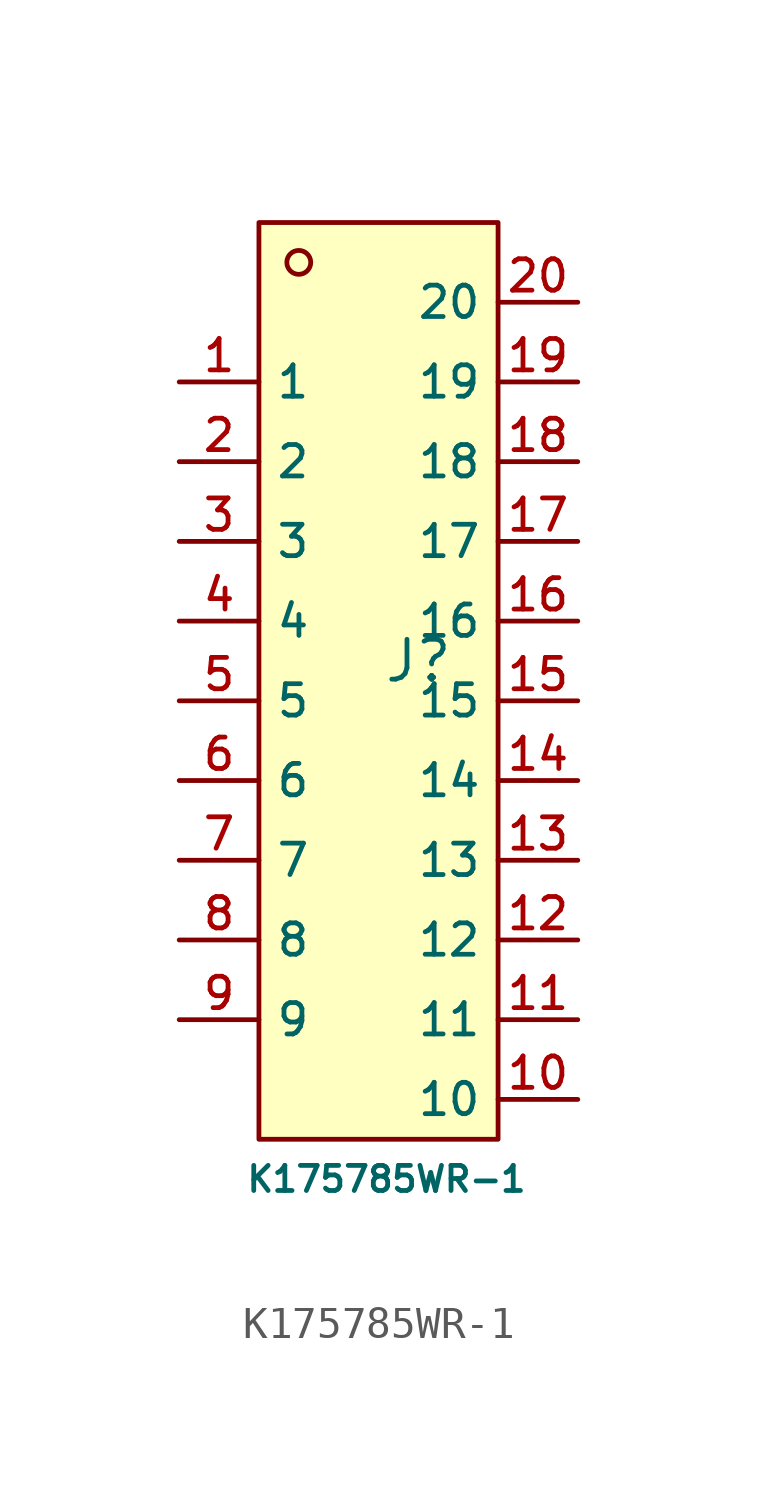
<source format=kicad_sym>
(kicad_symbol_lib
  (version 20231120)
  (generator "CDFER_Archive_Tool")
  (generator_version "0.0")
  (symbol "K175785WR-1"
    (property "Reference" "J"
      (at 0 1.27 0)
      (effects (font (size 1.27 1.27))))
    (property "Value" "K175785WR-1"
      (at -1.016 -15.24 0)
      (effects (font (size 0.8 0.8))))
    (symbol "K175785WR-1_0_1"
      (rectangle (start -5.08 15.24) (end 2.54 -13.97) (stroke (width 0) (type default)) (fill (type background)))
      (circle (center -3.81 13.97) (radius 0.381) (stroke (width 0) (type default)) (fill (type background)))
      (pin unspecified line (at -7.62 10.16 0) (length 2.54) (name "1" (effects (font (size 1 1)))) (number "1" (effects (font (size 1 1)))))
      (pin unspecified line (at 5.08 -12.7 180) (length 2.54) (name "10" (effects (font (size 1 1)))) (number "10" (effects (font (size 1 1)))))
      (pin unspecified line (at 5.08 -10.16 180) (length 2.54) (name "11" (effects (font (size 1 1)))) (number "11" (effects (font (size 1 1)))))
      (pin unspecified line (at 5.08 -7.62 180) (length 2.54) (name "12" (effects (font (size 1 1)))) (number "12" (effects (font (size 1 1)))))
      (pin unspecified line (at 5.08 -5.08 180) (length 2.54) (name "13" (effects (font (size 1 1)))) (number "13" (effects (font (size 1 1)))))
      (pin unspecified line (at 5.08 -2.54 180) (length 2.54) (name "14" (effects (font (size 1 1)))) (number "14" (effects (font (size 1 1)))))
      (pin unspecified line (at 5.08 0 180) (length 2.54) (name "15" (effects (font (size 1 1)))) (number "15" (effects (font (size 1 1)))))
      (pin unspecified line (at 5.08 2.54 180) (length 2.54) (name "16" (effects (font (size 1 1)))) (number "16" (effects (font (size 1 1)))))
      (pin unspecified line (at 5.08 5.08 180) (length 2.54) (name "17" (effects (font (size 1 1)))) (number "17" (effects (font (size 1 1)))))
      (pin unspecified line (at 5.08 7.62 180) (length 2.54) (name "18" (effects (font (size 1 1)))) (number "18" (effects (font (size 1 1)))))
      (pin unspecified line (at 5.08 10.16 180) (length 2.54) (name "19" (effects (font (size 1 1)))) (number "19" (effects (font (size 1 1)))))
      (pin unspecified line (at -7.62 7.62 0) (length 2.54) (name "2" (effects (font (size 1 1)))) (number "2" (effects (font (size 1 1)))))
      (pin unspecified line (at 5.08 12.7 180) (length 2.54) (name "20" (effects (font (size 1 1)))) (number "20" (effects (font (size 1 1)))))
      (pin unspecified line (at -7.62 5.08 0) (length 2.54) (name "3" (effects (font (size 1 1)))) (number "3" (effects (font (size 1 1)))))
      (pin unspecified line (at -7.62 2.54 0) (length 2.54) (name "4" (effects (font (size 1 1)))) (number "4" (effects (font (size 1 1)))))
      (pin unspecified line (at -7.62 0 0) (length 2.54) (name "5" (effects (font (size 1 1)))) (number "5" (effects (font (size 1 1)))))
      (pin unspecified line (at -7.62 -2.54 0) (length 2.54) (name "6" (effects (font (size 1 1)))) (number "6" (effects (font (size 1 1)))))
      (pin unspecified line (at -7.62 -5.08 0) (length 2.54) (name "7" (effects (font (size 1 1)))) (number "7" (effects (font (size 1 1)))))
      (pin unspecified line (at -7.62 -7.62 0) (length 2.54) (name "8" (effects (font (size 1 1)))) (number "8" (effects (font (size 1 1)))))
      (pin unspecified line (at -7.62 -10.16 0) (length 2.54) (name "9" (effects (font (size 1 1)))) (number "9" (effects (font (size 1 1))))))))
</source>
